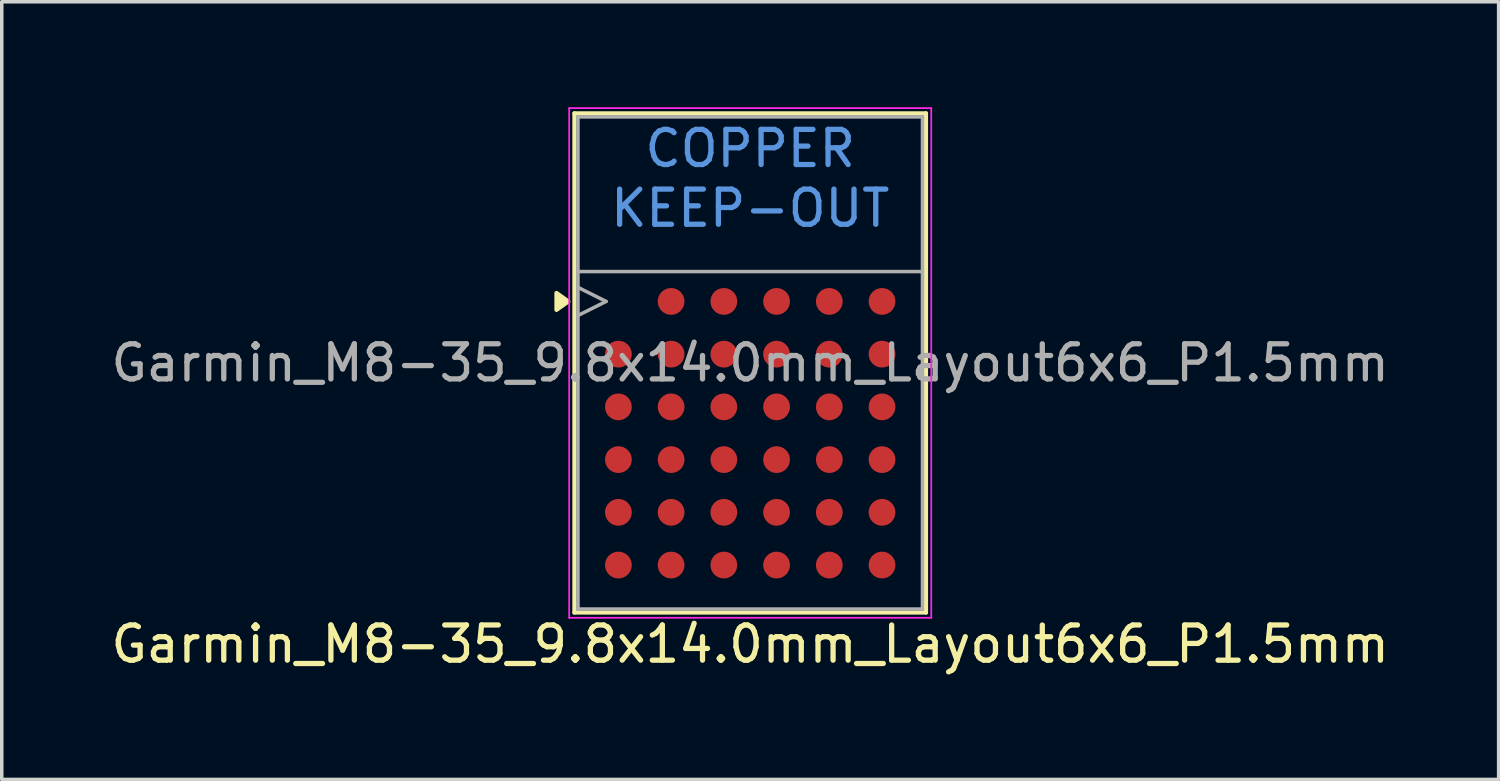
<source format=kicad_pcb>
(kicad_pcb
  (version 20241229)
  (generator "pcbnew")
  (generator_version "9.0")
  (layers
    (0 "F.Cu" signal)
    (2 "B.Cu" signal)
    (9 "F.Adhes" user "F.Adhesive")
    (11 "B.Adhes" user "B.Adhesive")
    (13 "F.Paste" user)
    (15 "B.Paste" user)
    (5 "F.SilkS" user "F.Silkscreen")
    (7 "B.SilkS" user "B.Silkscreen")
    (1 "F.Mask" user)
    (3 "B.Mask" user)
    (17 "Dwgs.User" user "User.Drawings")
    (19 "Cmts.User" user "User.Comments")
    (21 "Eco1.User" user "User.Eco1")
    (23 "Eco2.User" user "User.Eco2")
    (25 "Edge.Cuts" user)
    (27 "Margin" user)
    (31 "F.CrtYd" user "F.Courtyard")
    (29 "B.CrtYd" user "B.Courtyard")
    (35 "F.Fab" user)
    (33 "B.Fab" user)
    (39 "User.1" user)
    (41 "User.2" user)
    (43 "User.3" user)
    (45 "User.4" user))
  (footprint "Garmin_M8-35_9.8x14.0mm_Layout6x6_P1.5mm"
    (layer "F.Cu")
    (at 18.292 7.275)
    (property "Reference" "Garmin_M8-35_9.8x14.0mm_Layout6x6_P1.5mm" (at 0 8 0) (layer "F.SilkS") (effects (font (size 1 1) (thickness 0.15))))
    (attr smd)
    (fp_line (start -5 -7.1) (end -5 7.1) (stroke (width 0.12) (type solid)) (layer "F.SilkS"))
    (fp_line (start -5 7.1) (end 5 7.1) (stroke (width 0.12) (type solid)) (layer "F.SilkS"))
    (fp_line (start 5 -7.1) (end -5 -7.1) (stroke (width 0.12) (type solid)) (layer "F.SilkS"))
    (fp_line (start 5 7.1) (end 5 -7.1) (stroke (width 0.12) (type solid)) (layer "F.SilkS"))
    (fp_poly (pts (xy -5.175 -1.75) (xy -5.511 -1.51) (xy -5.511 -1.99) (xy -5.175 -1.75)) (stroke (width 0.12) (type solid)) (fill yes) (layer "F.SilkS"))
    (fp_poly (pts (xy -4.18 -0.315) (xy -4.18 -0.68) (xy -3.815 -0.68) (xy -3.815 -0.315)) (stroke (width 0) (type solid)) (fill yes) (layer "F.Paste"))
    (fp_poly (pts (xy -4.18 0.18) (xy -4.18 -0.185) (xy -3.815 -0.185) (xy -3.815 0.18)) (stroke (width 0) (type solid)) (fill yes) (layer "F.Paste"))
    (fp_poly (pts (xy -4.18 1.185) (xy -4.18 0.82) (xy -3.815 0.82) (xy -3.815 1.185)) (stroke (width 0) (type solid)) (fill yes) (layer "F.Paste"))
    (fp_poly (pts (xy -4.18 1.68) (xy -4.18 1.315) (xy -3.815 1.315) (xy -3.815 1.68)) (stroke (width 0) (type solid)) (fill yes) (layer "F.Paste"))
    (fp_poly (pts (xy -4.18 2.685) (xy -4.18 2.32) (xy -3.815 2.32) (xy -3.815 2.685)) (stroke (width 0) (type solid)) (fill yes) (layer "F.Paste"))
    (fp_poly (pts (xy -4.18 3.18) (xy -4.18 2.815) (xy -3.815 2.815) (xy -3.815 3.18)) (stroke (width 0) (type solid)) (fill yes) (layer "F.Paste"))
    (fp_poly (pts (xy -4.18 4.185) (xy -4.18 3.82) (xy -3.815 3.82) (xy -3.815 4.185)) (stroke (width 0) (type solid)) (fill yes) (layer "F.Paste"))
    (fp_poly (pts (xy -4.18 4.68) (xy -4.18 4.315) (xy -3.815 4.315) (xy -3.815 4.68)) (stroke (width 0) (type solid)) (fill yes) (layer "F.Paste"))
    (fp_poly (pts (xy -4.18 5.685) (xy -4.18 5.32) (xy -3.815 5.32) (xy -3.815 5.685)) (stroke (width 0) (type solid)) (fill yes) (layer "F.Paste"))
    (fp_poly (pts (xy -4.18 6.18) (xy -4.18 5.815) (xy -3.815 5.815) (xy -3.815 6.18)) (stroke (width 0) (type solid)) (fill yes) (layer "F.Paste"))
    (fp_poly (pts (xy -3.685 -0.315) (xy -3.685 -0.68) (xy -3.32 -0.68) (xy -3.32 -0.315)) (stroke (width 0) (type solid)) (fill yes) (layer "F.Paste"))
    (fp_poly (pts (xy -3.685 0.18) (xy -3.685 -0.185) (xy -3.32 -0.185) (xy -3.32 0.18)) (stroke (width 0) (type solid)) (fill yes) (layer "F.Paste"))
    (fp_poly (pts (xy -3.685 1.185) (xy -3.685 0.82) (xy -3.32 0.82) (xy -3.32 1.185)) (stroke (width 0) (type solid)) (fill yes) (layer "F.Paste"))
    (fp_poly (pts (xy -3.685 1.68) (xy -3.685 1.315) (xy -3.32 1.315) (xy -3.32 1.68)) (stroke (width 0) (type solid)) (fill yes) (layer "F.Paste"))
    (fp_poly (pts (xy -3.685 2.685) (xy -3.685 2.32) (xy -3.32 2.32) (xy -3.32 2.685)) (stroke (width 0) (type solid)) (fill yes) (layer "F.Paste"))
    (fp_poly (pts (xy -3.685 3.18) (xy -3.685 2.815) (xy -3.32 2.815) (xy -3.32 3.18)) (stroke (width 0) (type solid)) (fill yes) (layer "F.Paste"))
    (fp_poly (pts (xy -3.685 4.185) (xy -3.685 3.82) (xy -3.32 3.82) (xy -3.32 4.185)) (stroke (width 0) (type solid)) (fill yes) (layer "F.Paste"))
    (fp_poly (pts (xy -3.685 4.68) (xy -3.685 4.315) (xy -3.32 4.315) (xy -3.32 4.68)) (stroke (width 0) (type solid)) (fill yes) (layer "F.Paste"))
    (fp_poly (pts (xy -3.685 5.685) (xy -3.685 5.32) (xy -3.32 5.32) (xy -3.32 5.685)) (stroke (width 0) (type solid)) (fill yes) (layer "F.Paste"))
    (fp_poly (pts (xy -3.685 6.18) (xy -3.685 5.815) (xy -3.32 5.815) (xy -3.32 6.18)) (stroke (width 0) (type solid)) (fill yes) (layer "F.Paste"))
    (fp_poly (pts (xy -2.68 -1.815) (xy -2.68 -2.18) (xy -2.315 -2.18) (xy -2.315 -1.815)) (stroke (width 0) (type solid)) (fill yes) (layer "F.Paste"))
    (fp_poly (pts (xy -2.68 -1.32) (xy -2.68 -1.685) (xy -2.315 -1.685) (xy -2.315 -1.32)) (stroke (width 0) (type solid)) (fill yes) (layer "F.Paste"))
    (fp_poly (pts (xy -2.68 -0.315) (xy -2.68 -0.68) (xy -2.315 -0.68) (xy -2.315 -0.315)) (stroke (width 0) (type solid)) (fill yes) (layer "F.Paste"))
    (fp_poly (pts (xy -2.68 0.18) (xy -2.68 -0.185) (xy -2.315 -0.185) (xy -2.315 0.18)) (stroke (width 0) (type solid)) (fill yes) (layer "F.Paste"))
    (fp_poly (pts (xy -2.68 1.185) (xy -2.68 0.82) (xy -2.315 0.82) (xy -2.315 1.185)) (stroke (width 0) (type solid)) (fill yes) (layer "F.Paste"))
    (fp_poly (pts (xy -2.68 1.68) (xy -2.68 1.315) (xy -2.315 1.315) (xy -2.315 1.68)) (stroke (width 0) (type solid)) (fill yes) (layer "F.Paste"))
    (fp_poly (pts (xy -2.68 2.685) (xy -2.68 2.32) (xy -2.315 2.32) (xy -2.315 2.685)) (stroke (width 0) (type solid)) (fill yes) (layer "F.Paste"))
    (fp_poly (pts (xy -2.68 3.18) (xy -2.68 2.815) (xy -2.315 2.815) (xy -2.315 3.18)) (stroke (width 0) (type solid)) (fill yes) (layer "F.Paste"))
    (fp_poly (pts (xy -2.68 4.185) (xy -2.68 3.82) (xy -2.315 3.82) (xy -2.315 4.185)) (stroke (width 0) (type solid)) (fill yes) (layer "F.Paste"))
    (fp_poly (pts (xy -2.68 4.68) (xy -2.68 4.315) (xy -2.315 4.315) (xy -2.315 4.68)) (stroke (width 0) (type solid)) (fill yes) (layer "F.Paste"))
    (fp_poly (pts (xy -2.68 5.685) (xy -2.68 5.32) (xy -2.315 5.32) (xy -2.315 5.685)) (stroke (width 0) (type solid)) (fill yes) (layer "F.Paste"))
    (fp_poly (pts (xy -2.68 6.18) (xy -2.68 5.815) (xy -2.315 5.815) (xy -2.315 6.18)) (stroke (width 0) (type solid)) (fill yes) (layer "F.Paste"))
    (fp_poly (pts (xy -2.185 -1.815) (xy -2.185 -2.18) (xy -1.82 -2.18) (xy -1.82 -1.815)) (stroke (width 0) (type solid)) (fill yes) (layer "F.Paste"))
    (fp_poly (pts (xy -2.185 -1.32) (xy -2.185 -1.685) (xy -1.82 -1.685) (xy -1.82 -1.32)) (stroke (width 0) (type solid)) (fill yes) (layer "F.Paste"))
    (fp_poly (pts (xy -2.185 -0.315) (xy -2.185 -0.68) (xy -1.82 -0.68) (xy -1.82 -0.315)) (stroke (width 0) (type solid)) (fill yes) (layer "F.Paste"))
    (fp_poly (pts (xy -2.185 0.18) (xy -2.185 -0.185) (xy -1.82 -0.185) (xy -1.82 0.18)) (stroke (width 0) (type solid)) (fill yes) (layer "F.Paste"))
    (fp_poly (pts (xy -2.185 1.185) (xy -2.185 0.82) (xy -1.82 0.82) (xy -1.82 1.185)) (stroke (width 0) (type solid)) (fill yes) (layer "F.Paste"))
    (fp_poly (pts (xy -2.185 1.68) (xy -2.185 1.315) (xy -1.82 1.315) (xy -1.82 1.68)) (stroke (width 0) (type solid)) (fill yes) (layer "F.Paste"))
    (fp_poly (pts (xy -2.185 2.685) (xy -2.185 2.32) (xy -1.82 2.32) (xy -1.82 2.685)) (stroke (width 0) (type solid)) (fill yes) (layer "F.Paste"))
    (fp_poly (pts (xy -2.185 3.18) (xy -2.185 2.815) (xy -1.82 2.815) (xy -1.82 3.18)) (stroke (width 0) (type solid)) (fill yes) (layer "F.Paste"))
    (fp_poly (pts (xy -2.185 4.185) (xy -2.185 3.82) (xy -1.82 3.82) (xy -1.82 4.185)) (stroke (width 0) (type solid)) (fill yes) (layer "F.Paste"))
    (fp_poly (pts (xy -2.185 4.68) (xy -2.185 4.315) (xy -1.82 4.315) (xy -1.82 4.68)) (stroke (width 0) (type solid)) (fill yes) (layer "F.Paste"))
    (fp_poly (pts (xy -2.185 5.685) (xy -2.185 5.32) (xy -1.82 5.32) (xy -1.82 5.685)) (stroke (width 0) (type solid)) (fill yes) (layer "F.Paste"))
    (fp_poly (pts (xy -2.185 6.18) (xy -2.185 5.815) (xy -1.82 5.815) (xy -1.82 6.18)) (stroke (width 0) (type solid)) (fill yes) (layer "F.Paste"))
    (fp_poly (pts (xy -1.18 -1.815) (xy -1.18 -2.18) (xy -0.815 -2.18) (xy -0.815 -1.815)) (stroke (width 0) (type solid)) (fill yes) (layer "F.Paste"))
    (fp_poly (pts (xy -1.18 -1.32) (xy -1.18 -1.685) (xy -0.815 -1.685) (xy -0.815 -1.32)) (stroke (width 0) (type solid)) (fill yes) (layer "F.Paste"))
    (fp_poly (pts (xy -1.18 -0.315) (xy -1.18 -0.68) (xy -0.815 -0.68) (xy -0.815 -0.315)) (stroke (width 0) (type solid)) (fill yes) (layer "F.Paste"))
    (fp_poly (pts (xy -1.18 0.18) (xy -1.18 -0.185) (xy -0.815 -0.185) (xy -0.815 0.18)) (stroke (width 0) (type solid)) (fill yes) (layer "F.Paste"))
    (fp_poly (pts (xy -1.18 1.185) (xy -1.18 0.82) (xy -0.815 0.82) (xy -0.815 1.185)) (stroke (width 0) (type solid)) (fill yes) (layer "F.Paste"))
    (fp_poly (pts (xy -1.18 1.68) (xy -1.18 1.315) (xy -0.815 1.315) (xy -0.815 1.68)) (stroke (width 0) (type solid)) (fill yes) (layer "F.Paste"))
    (fp_poly (pts (xy -1.18 2.685) (xy -1.18 2.32) (xy -0.815 2.32) (xy -0.815 2.685)) (stroke (width 0) (type solid)) (fill yes) (layer "F.Paste"))
    (fp_poly (pts (xy -1.18 3.18) (xy -1.18 2.815) (xy -0.815 2.815) (xy -0.815 3.18)) (stroke (width 0) (type solid)) (fill yes) (layer "F.Paste"))
    (fp_poly (pts (xy -1.18 4.185) (xy -1.18 3.82) (xy -0.815 3.82) (xy -0.815 4.185)) (stroke (width 0) (type solid)) (fill yes) (layer "F.Paste"))
    (fp_poly (pts (xy -1.18 4.68) (xy -1.18 4.315) (xy -0.815 4.315) (xy -0.815 4.68)) (stroke (width 0) (type solid)) (fill yes) (layer "F.Paste"))
    (fp_poly (pts (xy -1.18 5.685) (xy -1.18 5.32) (xy -0.815 5.32) (xy -0.815 5.685)) (stroke (width 0) (type solid)) (fill yes) (layer "F.Paste"))
    (fp_poly (pts (xy -1.18 6.18) (xy -1.18 5.815) (xy -0.815 5.815) (xy -0.815 6.18)) (stroke (width 0) (type solid)) (fill yes) (layer "F.Paste"))
    (fp_poly (pts (xy -0.685 -1.815) (xy -0.685 -2.18) (xy -0.32 -2.18) (xy -0.32 -1.815)) (stroke (width 0) (type solid)) (fill yes) (layer "F.Paste"))
    (fp_poly (pts (xy -0.685 -1.32) (xy -0.685 -1.685) (xy -0.32 -1.685) (xy -0.32 -1.32)) (stroke (width 0) (type solid)) (fill yes) (layer "F.Paste"))
    (fp_poly (pts (xy -0.685 -0.315) (xy -0.685 -0.68) (xy -0.32 -0.68) (xy -0.32 -0.315)) (stroke (width 0) (type solid)) (fill yes) (layer "F.Paste"))
    (fp_poly (pts (xy -0.685 0.18) (xy -0.685 -0.185) (xy -0.32 -0.185) (xy -0.32 0.18)) (stroke (width 0) (type solid)) (fill yes) (layer "F.Paste"))
    (fp_poly (pts (xy -0.685 1.185) (xy -0.685 0.82) (xy -0.32 0.82) (xy -0.32 1.185)) (stroke (width 0) (type solid)) (fill yes) (layer "F.Paste"))
    (fp_poly (pts (xy -0.685 1.68) (xy -0.685 1.315) (xy -0.32 1.315) (xy -0.32 1.68)) (stroke (width 0) (type solid)) (fill yes) (layer "F.Paste"))
    (fp_poly (pts (xy -0.685 2.685) (xy -0.685 2.32) (xy -0.32 2.32) (xy -0.32 2.685)) (stroke (width 0) (type solid)) (fill yes) (layer "F.Paste"))
    (fp_poly (pts (xy -0.685 3.18) (xy -0.685 2.815) (xy -0.32 2.815) (xy -0.32 3.18)) (stroke (width 0) (type solid)) (fill yes) (layer "F.Paste"))
    (fp_poly (pts (xy -0.685 4.185) (xy -0.685 3.82) (xy -0.32 3.82) (xy -0.32 4.185)) (stroke (width 0) (type solid)) (fill yes) (layer "F.Paste"))
    (fp_poly (pts (xy -0.685 4.68) (xy -0.685 4.315) (xy -0.32 4.315) (xy -0.32 4.68)) (stroke (width 0) (type solid)) (fill yes) (layer "F.Paste"))
    (fp_poly (pts (xy -0.685 5.685) (xy -0.685 5.32) (xy -0.32 5.32) (xy -0.32 5.685)) (stroke (width 0) (type solid)) (fill yes) (layer "F.Paste"))
    (fp_poly (pts (xy -0.685 6.18) (xy -0.685 5.815) (xy -0.32 5.815) (xy -0.32 6.18)) (stroke (width 0) (type solid)) (fill yes) (layer "F.Paste"))
    (fp_poly (pts (xy 0.32 -1.815) (xy 0.32 -2.18) (xy 0.685 -2.18) (xy 0.685 -1.815)) (stroke (width 0) (type solid)) (fill yes) (layer "F.Paste"))
    (fp_poly (pts (xy 0.32 -1.32) (xy 0.32 -1.685) (xy 0.685 -1.685) (xy 0.685 -1.32)) (stroke (width 0) (type solid)) (fill yes) (layer "F.Paste"))
    (fp_poly (pts (xy 0.32 -0.315) (xy 0.32 -0.68) (xy 0.685 -0.68) (xy 0.685 -0.315)) (stroke (width 0) (type solid)) (fill yes) (layer "F.Paste"))
    (fp_poly (pts (xy 0.32 0.18) (xy 0.32 -0.185) (xy 0.685 -0.185) (xy 0.685 0.18)) (stroke (width 0) (type solid)) (fill yes) (layer "F.Paste"))
    (fp_poly (pts (xy 0.32 1.185) (xy 0.32 0.82) (xy 0.685 0.82) (xy 0.685 1.185)) (stroke (width 0) (type solid)) (fill yes) (layer "F.Paste"))
    (fp_poly (pts (xy 0.32 1.68) (xy 0.32 1.315) (xy 0.685 1.315) (xy 0.685 1.68)) (stroke (width 0) (type solid)) (fill yes) (layer "F.Paste"))
    (fp_poly (pts (xy 0.32 2.685) (xy 0.32 2.32) (xy 0.685 2.32) (xy 0.685 2.685)) (stroke (width 0) (type solid)) (fill yes) (layer "F.Paste"))
    (fp_poly (pts (xy 0.32 3.18) (xy 0.32 2.815) (xy 0.685 2.815) (xy 0.685 3.18)) (stroke (width 0) (type solid)) (fill yes) (layer "F.Paste"))
    (fp_poly (pts (xy 0.32 4.185) (xy 0.32 3.82) (xy 0.685 3.82) (xy 0.685 4.185)) (stroke (width 0) (type solid)) (fill yes) (layer "F.Paste"))
    (fp_poly (pts (xy 0.32 4.68) (xy 0.32 4.315) (xy 0.685 4.315) (xy 0.685 4.68)) (stroke (width 0) (type solid)) (fill yes) (layer "F.Paste"))
    (fp_poly (pts (xy 0.32 5.685) (xy 0.32 5.32) (xy 0.685 5.32) (xy 0.685 5.685)) (stroke (width 0) (type solid)) (fill yes) (layer "F.Paste"))
    (fp_poly (pts (xy 0.32 6.18) (xy 0.32 5.815) (xy 0.685 5.815) (xy 0.685 6.18)) (stroke (width 0) (type solid)) (fill yes) (layer "F.Paste"))
    (fp_poly (pts (xy 0.815 -1.815) (xy 0.815 -2.18) (xy 1.18 -2.18) (xy 1.18 -1.815)) (stroke (width 0) (type solid)) (fill yes) (layer "F.Paste"))
    (fp_poly (pts (xy 0.815 -1.32) (xy 0.815 -1.685) (xy 1.18 -1.685) (xy 1.18 -1.32)) (stroke (width 0) (type solid)) (fill yes) (layer "F.Paste"))
    (fp_poly (pts (xy 0.815 -0.315) (xy 0.815 -0.68) (xy 1.18 -0.68) (xy 1.18 -0.315)) (stroke (width 0) (type solid)) (fill yes) (layer "F.Paste"))
    (fp_poly (pts (xy 0.815 0.18) (xy 0.815 -0.185) (xy 1.18 -0.185) (xy 1.18 0.18)) (stroke (width 0) (type solid)) (fill yes) (layer "F.Paste"))
    (fp_poly (pts (xy 0.815 1.185) (xy 0.815 0.82) (xy 1.18 0.82) (xy 1.18 1.185)) (stroke (width 0) (type solid)) (fill yes) (layer "F.Paste"))
    (fp_poly (pts (xy 0.815 1.68) (xy 0.815 1.315) (xy 1.18 1.315) (xy 1.18 1.68)) (stroke (width 0) (type solid)) (fill yes) (layer "F.Paste"))
    (fp_poly (pts (xy 0.815 2.685) (xy 0.815 2.32) (xy 1.18 2.32) (xy 1.18 2.685)) (stroke (width 0) (type solid)) (fill yes) (layer "F.Paste"))
    (fp_poly (pts (xy 0.815 3.18) (xy 0.815 2.815) (xy 1.18 2.815) (xy 1.18 3.18)) (stroke (width 0) (type solid)) (fill yes) (layer "F.Paste"))
    (fp_poly (pts (xy 0.815 4.185) (xy 0.815 3.82) (xy 1.18 3.82) (xy 1.18 4.185)) (stroke (width 0) (type solid)) (fill yes) (layer "F.Paste"))
    (fp_poly (pts (xy 0.815 4.68) (xy 0.815 4.315) (xy 1.18 4.315) (xy 1.18 4.68)) (stroke (width 0) (type solid)) (fill yes) (layer "F.Paste"))
    (fp_poly (pts (xy 0.815 5.685) (xy 0.815 5.32) (xy 1.18 5.32) (xy 1.18 5.685)) (stroke (width 0) (type solid)) (fill yes) (layer "F.Paste"))
    (fp_poly (pts (xy 0.815 6.18) (xy 0.815 5.815) (xy 1.18 5.815) (xy 1.18 6.18)) (stroke (width 0) (type solid)) (fill yes) (layer "F.Paste"))
    (fp_poly (pts (xy 1.82 -1.815) (xy 1.82 -2.18) (xy 2.185 -2.18) (xy 2.185 -1.815)) (stroke (width 0) (type solid)) (fill yes) (layer "F.Paste"))
    (fp_poly (pts (xy 1.82 -1.32) (xy 1.82 -1.685) (xy 2.185 -1.685) (xy 2.185 -1.32)) (stroke (width 0) (type solid)) (fill yes) (layer "F.Paste"))
    (fp_poly (pts (xy 1.82 -0.315) (xy 1.82 -0.68) (xy 2.185 -0.68) (xy 2.185 -0.315)) (stroke (width 0) (type solid)) (fill yes) (layer "F.Paste"))
    (fp_poly (pts (xy 1.82 0.18) (xy 1.82 -0.185) (xy 2.185 -0.185) (xy 2.185 0.18)) (stroke (width 0) (type solid)) (fill yes) (layer "F.Paste"))
    (fp_poly (pts (xy 1.82 1.185) (xy 1.82 0.82) (xy 2.185 0.82) (xy 2.185 1.185)) (stroke (width 0) (type solid)) (fill yes) (layer "F.Paste"))
    (fp_poly (pts (xy 1.82 1.68) (xy 1.82 1.315) (xy 2.185 1.315) (xy 2.185 1.68)) (stroke (width 0) (type solid)) (fill yes) (layer "F.Paste"))
    (fp_poly (pts (xy 1.82 2.685) (xy 1.82 2.32) (xy 2.185 2.32) (xy 2.185 2.685)) (stroke (width 0) (type solid)) (fill yes) (layer "F.Paste"))
    (fp_poly (pts (xy 1.82 3.18) (xy 1.82 2.815) (xy 2.185 2.815) (xy 2.185 3.18)) (stroke (width 0) (type solid)) (fill yes) (layer "F.Paste"))
    (fp_poly (pts (xy 1.82 4.185) (xy 1.82 3.82) (xy 2.185 3.82) (xy 2.185 4.185)) (stroke (width 0) (type solid)) (fill yes) (layer "F.Paste"))
    (fp_poly (pts (xy 1.82 4.68) (xy 1.82 4.315) (xy 2.185 4.315) (xy 2.185 4.68)) (stroke (width 0) (type solid)) (fill yes) (layer "F.Paste"))
    (fp_poly (pts (xy 1.82 5.685) (xy 1.82 5.32) (xy 2.185 5.32) (xy 2.185 5.685)) (stroke (width 0) (type solid)) (fill yes) (layer "F.Paste"))
    (fp_poly (pts (xy 1.82 6.18) (xy 1.82 5.815) (xy 2.185 5.815) (xy 2.185 6.18)) (stroke (width 0) (type solid)) (fill yes) (layer "F.Paste"))
    (fp_poly (pts (xy 2.315 -1.815) (xy 2.315 -2.18) (xy 2.68 -2.18) (xy 2.68 -1.815)) (stroke (width 0) (type solid)) (fill yes) (layer "F.Paste"))
    (fp_poly (pts (xy 2.315 -1.32) (xy 2.315 -1.685) (xy 2.68 -1.685) (xy 2.68 -1.32)) (stroke (width 0) (type solid)) (fill yes) (layer "F.Paste"))
    (fp_poly (pts (xy 2.315 -0.315) (xy 2.315 -0.68) (xy 2.68 -0.68) (xy 2.68 -0.315)) (stroke (width 0) (type solid)) (fill yes) (layer "F.Paste"))
    (fp_poly (pts (xy 2.315 0.18) (xy 2.315 -0.185) (xy 2.68 -0.185) (xy 2.68 0.18)) (stroke (width 0) (type solid)) (fill yes) (layer "F.Paste"))
    (fp_poly (pts (xy 2.315 1.185) (xy 2.315 0.82) (xy 2.68 0.82) (xy 2.68 1.185)) (stroke (width 0) (type solid)) (fill yes) (layer "F.Paste"))
    (fp_poly (pts (xy 2.315 1.68) (xy 2.315 1.315) (xy 2.68 1.315) (xy 2.68 1.68)) (stroke (width 0) (type solid)) (fill yes) (layer "F.Paste"))
    (fp_poly (pts (xy 2.315 2.685) (xy 2.315 2.32) (xy 2.68 2.32) (xy 2.68 2.685)) (stroke (width 0) (type solid)) (fill yes) (layer "F.Paste"))
    (fp_poly (pts (xy 2.315 3.18) (xy 2.315 2.815) (xy 2.68 2.815) (xy 2.68 3.18)) (stroke (width 0) (type solid)) (fill yes) (layer "F.Paste"))
    (fp_poly (pts (xy 2.315 4.185) (xy 2.315 3.82) (xy 2.68 3.82) (xy 2.68 4.185)) (stroke (width 0) (type solid)) (fill yes) (layer "F.Paste"))
    (fp_poly (pts (xy 2.315 4.68) (xy 2.315 4.315) (xy 2.68 4.315) (xy 2.68 4.68)) (stroke (width 0) (type solid)) (fill yes) (layer "F.Paste"))
    (fp_poly (pts (xy 2.315 5.685) (xy 2.315 5.32) (xy 2.68 5.32) (xy 2.68 5.685)) (stroke (width 0) (type solid)) (fill yes) (layer "F.Paste"))
    (fp_poly (pts (xy 2.315 6.18) (xy 2.315 5.815) (xy 2.68 5.815) (xy 2.68 6.18)) (stroke (width 0) (type solid)) (fill yes) (layer "F.Paste"))
    (fp_poly (pts (xy 3.32 -1.815) (xy 3.32 -2.18) (xy 3.685 -2.18) (xy 3.685 -1.815)) (stroke (width 0) (type solid)) (fill yes) (layer "F.Paste"))
    (fp_poly (pts (xy 3.32 -1.32) (xy 3.32 -1.685) (xy 3.685 -1.685) (xy 3.685 -1.32)) (stroke (width 0) (type solid)) (fill yes) (layer "F.Paste"))
    (fp_poly (pts (xy 3.32 -0.315) (xy 3.32 -0.68) (xy 3.685 -0.68) (xy 3.685 -0.315)) (stroke (width 0) (type solid)) (fill yes) (layer "F.Paste"))
    (fp_poly (pts (xy 3.32 0.18) (xy 3.32 -0.185) (xy 3.685 -0.185) (xy 3.685 0.18)) (stroke (width 0) (type solid)) (fill yes) (layer "F.Paste"))
    (fp_poly (pts (xy 3.32 1.185) (xy 3.32 0.82) (xy 3.685 0.82) (xy 3.685 1.185)) (stroke (width 0) (type solid)) (fill yes) (layer "F.Paste"))
    (fp_poly (pts (xy 3.32 1.68) (xy 3.32 1.315) (xy 3.685 1.315) (xy 3.685 1.68)) (stroke (width 0) (type solid)) (fill yes) (layer "F.Paste"))
    (fp_poly (pts (xy 3.32 2.685) (xy 3.32 2.32) (xy 3.685 2.32) (xy 3.685 2.685)) (stroke (width 0) (type solid)) (fill yes) (layer "F.Paste"))
    (fp_poly (pts (xy 3.32 3.18) (xy 3.32 2.815) (xy 3.685 2.815) (xy 3.685 3.18)) (stroke (width 0) (type solid)) (fill yes) (layer "F.Paste"))
    (fp_poly (pts (xy 3.32 4.185) (xy 3.32 3.82) (xy 3.685 3.82) (xy 3.685 4.185)) (stroke (width 0) (type solid)) (fill yes) (layer "F.Paste"))
    (fp_poly (pts (xy 3.32 4.68) (xy 3.32 4.315) (xy 3.685 4.315) (xy 3.685 4.68)) (stroke (width 0) (type solid)) (fill yes) (layer "F.Paste"))
    (fp_poly (pts (xy 3.32 5.685) (xy 3.32 5.32) (xy 3.685 5.32) (xy 3.685 5.685)) (stroke (width 0) (type solid)) (fill yes) (layer "F.Paste"))
    (fp_poly (pts (xy 3.32 6.18) (xy 3.32 5.815) (xy 3.685 5.815) (xy 3.685 6.18)) (stroke (width 0) (type solid)) (fill yes) (layer "F.Paste"))
    (fp_poly (pts (xy 3.815 -1.815) (xy 3.815 -2.18) (xy 4.18 -2.18) (xy 4.18 -1.815)) (stroke (width 0) (type solid)) (fill yes) (layer "F.Paste"))
    (fp_poly (pts (xy 3.815 -1.32) (xy 3.815 -1.685) (xy 4.18 -1.685) (xy 4.18 -1.32)) (stroke (width 0) (type solid)) (fill yes) (layer "F.Paste"))
    (fp_poly (pts (xy 3.815 -0.315) (xy 3.815 -0.68) (xy 4.18 -0.68) (xy 4.18 -0.315)) (stroke (width 0) (type solid)) (fill yes) (layer "F.Paste"))
    (fp_poly (pts (xy 3.815 0.18) (xy 3.815 -0.185) (xy 4.18 -0.185) (xy 4.18 0.18)) (stroke (width 0) (type solid)) (fill yes) (layer "F.Paste"))
    (fp_poly (pts (xy 3.815 1.185) (xy 3.815 0.82) (xy 4.18 0.82) (xy 4.18 1.185)) (stroke (width 0) (type solid)) (fill yes) (layer "F.Paste"))
    (fp_poly (pts (xy 3.815 1.68) (xy 3.815 1.315) (xy 4.18 1.315) (xy 4.18 1.68)) (stroke (width 0) (type solid)) (fill yes) (layer "F.Paste"))
    (fp_poly (pts (xy 3.815 2.685) (xy 3.815 2.32) (xy 4.18 2.32) (xy 4.18 2.685)) (stroke (width 0) (type solid)) (fill yes) (layer "F.Paste"))
    (fp_poly (pts (xy 3.815 3.18) (xy 3.815 2.815) (xy 4.18 2.815) (xy 4.18 3.18)) (stroke (width 0) (type solid)) (fill yes) (layer "F.Paste"))
    (fp_poly (pts (xy 3.815 4.185) (xy 3.815 3.82) (xy 4.18 3.82) (xy 4.18 4.185)) (stroke (width 0) (type solid)) (fill yes) (layer "F.Paste"))
    (fp_poly (pts (xy 3.815 4.68) (xy 3.815 4.315) (xy 4.18 4.315) (xy 4.18 4.68)) (stroke (width 0) (type solid)) (fill yes) (layer "F.Paste"))
    (fp_poly (pts (xy 3.815 5.685) (xy 3.815 5.32) (xy 4.18 5.32) (xy 4.18 5.685)) (stroke (width 0) (type solid)) (fill yes) (layer "F.Paste"))
    (fp_poly (pts (xy 3.815 6.18) (xy 3.815 5.815) (xy 4.18 5.815) (xy 4.18 6.18)) (stroke (width 0) (type solid)) (fill yes) (layer "F.Paste"))
    (fp_line (start -5.15 -7.25) (end 5.15 -7.25) (stroke (width 0.05) (type solid)) (layer "F.CrtYd"))
    (fp_line (start -5.15 7.25) (end -5.15 -7.25) (stroke (width 0.05) (type solid)) (layer "F.CrtYd"))
    (fp_line (start 5.15 -7.25) (end 5.15 7.25) (stroke (width 0.05) (type solid)) (layer "F.CrtYd"))
    (fp_line (start 5.15 7.25) (end -5.15 7.25) (stroke (width 0.05) (type solid)) (layer "F.CrtYd"))
    (fp_line (start -4.9 -7) (end 4.9 -7) (stroke (width 0.1) (type solid)) (layer "F.Fab"))
    (fp_line (start -4.9 -2.6) (end 4.9 -2.6) (stroke (width 0.1) (type solid)) (layer "F.Fab"))
    (fp_line (start -4.9 -2.15) (end -4.1 -1.75) (stroke (width 0.1) (type solid)) (layer "F.Fab"))
    (fp_line (start -4.9 -1.35) (end -4.1 -1.75) (stroke (width 0.1) (type solid)) (layer "F.Fab"))
    (fp_line (start -4.9 7) (end -4.9 -7) (stroke (width 0.1) (type solid)) (layer "F.Fab"))
    (fp_line (start 4.9 -7) (end 4.9 7) (stroke (width 0.1) (type solid)) (layer "F.Fab"))
    (fp_line (start 4.9 7) (end -4.9 7) (stroke (width 0.1) (type solid)) (layer "F.Fab"))
    (fp_text user "KEEP-OUT" (at 0 -4.4 0) (layer "Cmts.User") (effects (font (size 1 1) (thickness 0.15))))
    (fp_text user "COPPER" (at 0 -6.1 0) (layer "Cmts.User") (effects (font (size 1 1) (thickness 0.15))))
    (fp_text user "${REFERENCE}" (at 0 0 0) (layer "F.Fab") (effects (font (size 1 1) (thickness 0.15))))
    (pad "A2" smd circle (at -2.25 -1.75) (size 0.762 0.762) (layers "F.Cu" "F.Mask"))
    (pad "A3" smd circle (at -0.75 -1.75) (size 0.762 0.762) (layers "F.Cu" "F.Mask"))
    (pad "A4" smd circle (at 0.75 -1.75) (size 0.762 0.762) (layers "F.Cu" "F.Mask"))
    (pad "A5" smd circle (at 2.25 -1.75) (size 0.762 0.762) (layers "F.Cu" "F.Mask"))
    (pad "A6" smd circle (at 3.75 -1.75) (size 0.762 0.762) (layers "F.Cu" "F.Mask"))
    (pad "B1" smd circle (at -3.75 -0.25) (size 0.762 0.762) (layers "F.Cu" "F.Mask"))
    (pad "B2" smd circle (at -2.25 -0.25) (size 0.762 0.762) (layers "F.Cu" "F.Mask"))
    (pad "B3" smd circle (at -0.75 -0.25) (size 0.762 0.762) (layers "F.Cu" "F.Mask"))
    (pad "B4" smd circle (at 0.75 -0.25) (size 0.762 0.762) (layers "F.Cu" "F.Mask"))
    (pad "B5" smd circle (at 2.25 -0.25) (size 0.762 0.762) (layers "F.Cu" "F.Mask"))
    (pad "B6" smd circle (at 3.75 -0.25) (size 0.762 0.762) (layers "F.Cu" "F.Mask"))
    (pad "C1" smd circle (at -3.75 1.25) (size 0.762 0.762) (layers "F.Cu" "F.Mask"))
    (pad "C2" smd circle (at -2.25 1.25) (size 0.762 0.762) (layers "F.Cu" "F.Mask"))
    (pad "C3" smd circle (at -0.75 1.25) (size 0.762 0.762) (layers "F.Cu" "F.Mask"))
    (pad "C4" smd circle (at 0.75 1.25) (size 0.762 0.762) (layers "F.Cu" "F.Mask"))
    (pad "C5" smd circle (at 2.25 1.25) (size 0.762 0.762) (layers "F.Cu" "F.Mask"))
    (pad "C6" smd circle (at 3.75 1.25) (size 0.762 0.762) (layers "F.Cu" "F.Mask"))
    (pad "D1" smd circle (at -3.75 2.75) (size 0.762 0.762) (layers "F.Cu" "F.Mask"))
    (pad "D2" smd circle (at -2.25 2.75) (size 0.762 0.762) (layers "F.Cu" "F.Mask"))
    (pad "D3" smd circle (at -0.75 2.75) (size 0.762 0.762) (layers "F.Cu" "F.Mask"))
    (pad "D4" smd circle (at 0.75 2.75) (size 0.762 0.762) (layers "F.Cu" "F.Mask"))
    (pad "D5" smd circle (at 2.25 2.75) (size 0.762 0.762) (layers "F.Cu" "F.Mask"))
    (pad "D6" smd circle (at 3.75 2.75) (size 0.762 0.762) (layers "F.Cu" "F.Mask"))
    (pad "E1" smd circle (at -3.75 4.25) (size 0.762 0.762) (layers "F.Cu" "F.Mask"))
    (pad "E2" smd circle (at -2.25 4.25) (size 0.762 0.762) (layers "F.Cu" "F.Mask"))
    (pad "E3" smd circle (at -0.75 4.25) (size 0.762 0.762) (layers "F.Cu" "F.Mask"))
    (pad "E4" smd circle (at 0.75 4.25) (size 0.762 0.762) (layers "F.Cu" "F.Mask"))
    (pad "E5" smd circle (at 2.25 4.25) (size 0.762 0.762) (layers "F.Cu" "F.Mask"))
    (pad "E6" smd circle (at 3.75 4.25) (size 0.762 0.762) (layers "F.Cu" "F.Mask"))
    (pad "F1" smd circle (at -3.75 5.75) (size 0.762 0.762) (layers "F.Cu" "F.Mask"))
    (pad "F2" smd circle (at -2.25 5.75) (size 0.762 0.762) (layers "F.Cu" "F.Mask"))
    (pad "F3" smd circle (at -0.75 5.75) (size 0.762 0.762) (layers "F.Cu" "F.Mask"))
    (pad "F4" smd circle (at 0.75 5.75) (size 0.762 0.762) (layers "F.Cu" "F.Mask"))
    (pad "F5" smd circle (at 2.25 5.75) (size 0.762 0.762) (layers "F.Cu" "F.Mask"))
    (pad "F6" smd circle (at 3.75 5.75) (size 0.762 0.762) (layers "F.Cu" "F.Mask"))
    (zone (net_name "") (layers "F.Cu" "B.Cu") (hatch full 0.508) (connect_pads) (min_thickness 0.254) (filled_areas_thickness no) (keepout (tracks not_allowed) (vias not_allowed) (pads not_allowed) (copperpour not_allowed) (footprints not_allowed)) (placement (enabled no)) (fill) (polygon (pts (xy 13.392 4.675) (xy 23.192 4.675) (xy 23.192 0.275) (xy 13.392 0.275)))))
  (gr_rect
    (start -3 -3)
    (end 39.583 19.123)
    (stroke (width 0.1) (type default))
    (fill no)
    (layer "Edge.Cuts")))
</source>
